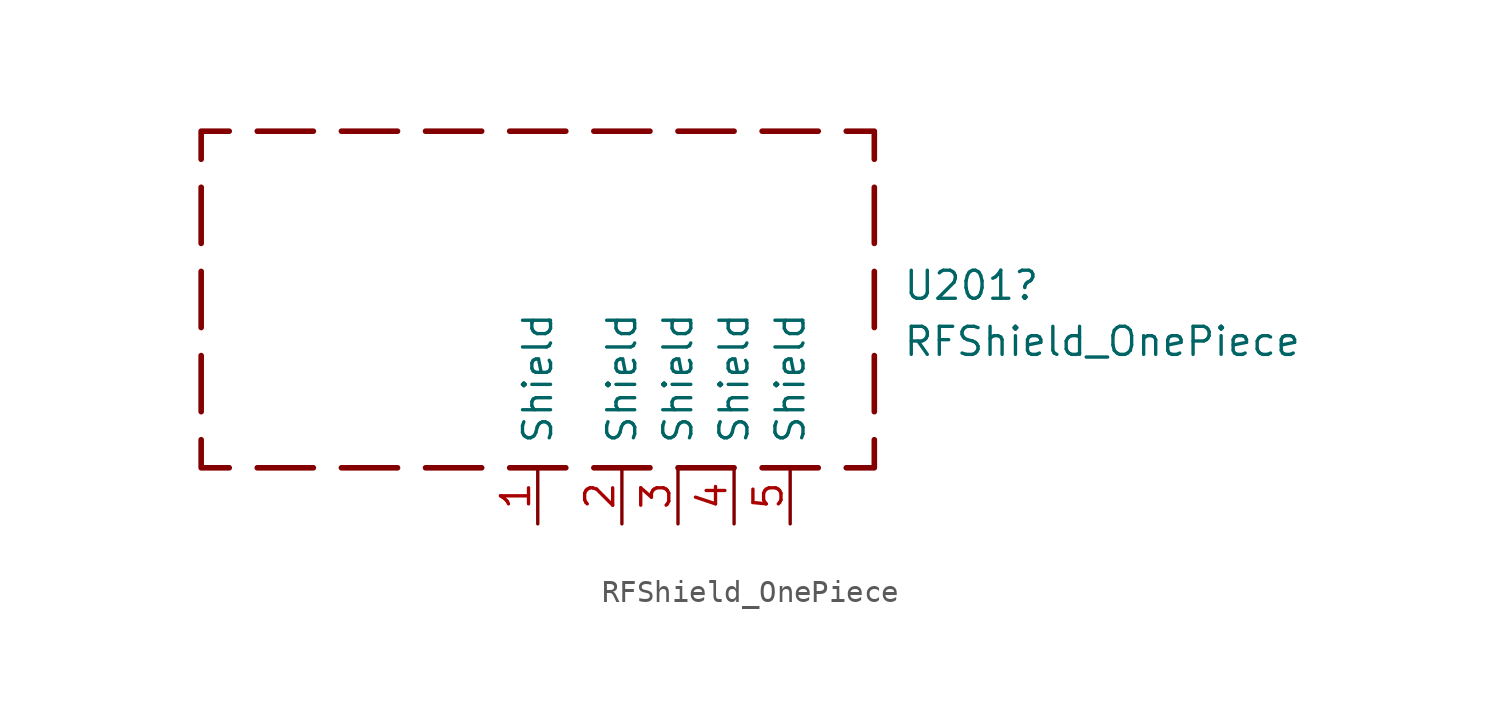
<source format=kicad_sym>
(kicad_symbol_lib
  (version 20220914)
  (generator kicad_symbol_editor)
  (symbol "RFShield_OnePiece"
    (pin_names
      (offset 1.016))
    (property "Reference" "U201"
      (at 16.51 0.635 0)
      (effects (font (size 1.27 1.27)) (justify left)))
    (property "Value" "RFShield_OnePiece"
      (at 16.51 -1.905 0)
      (effects (font (size 1.27 1.27)) (justify left)))
    (symbol "RFShield_OnePiece_0_1"
      (polyline (pts (xy -15.24 -5.08) (xy -15.24 -2.54)) (stroke (width 0.254) (type default)) (fill (type none)))
      (polyline (pts (xy -15.24 -1.27) (xy -15.24 1.27)) (stroke (width 0.254) (type default)) (fill (type none)))
      (polyline (pts (xy -15.24 2.54) (xy -15.24 5.08)) (stroke (width 0.254) (type default)) (fill (type none)))
      (polyline (pts (xy -12.7 7.62) (xy -10.16 7.62)) (stroke (width 0.254) (type default)) (fill (type none)))
      (polyline (pts (xy -10.16 -7.62) (xy -12.7 -7.62)) (stroke (width 0.254) (type default)) (fill (type none)))
      (polyline (pts (xy -6.35 -7.62) (xy -8.89 -7.62)) (stroke (width 0.254) (type default)) (fill (type none)))
      (polyline (pts (xy -6.35 7.62) (xy -8.89 7.62)) (stroke (width 0.254) (type default)) (fill (type none)))
      (polyline (pts (xy -2.54 -7.62) (xy -5.08 -7.62)) (stroke (width 0.254) (type default)) (fill (type none)))
      (polyline (pts (xy -2.54 7.62) (xy -5.08 7.62)) (stroke (width 0.254) (type default)) (fill (type none)))
      (polyline (pts (xy -1.27 -7.62) (xy 1.27 -7.62)) (stroke (width 0.254) (type default)) (fill (type none)))
      (polyline (pts (xy 1.27 7.62) (xy -1.27 7.62)) (stroke (width 0.254) (type default)) (fill (type none)))
      (polyline (pts (xy 2.54 -7.62) (xy 5.08 -7.62)) (stroke (width 0.254) (type default)) (fill (type none)))
      (polyline (pts (xy 5.08 7.62) (xy 2.54 7.62)) (stroke (width 0.254) (type default)) (fill (type none)))
      (polyline (pts (xy 6.35 -7.62) (xy 8.89 -7.62)) (stroke (width 0.254) (type default)) (fill (type none)))
      (polyline (pts (xy 8.89 7.62) (xy 6.35 7.62)) (stroke (width 0.254) (type default)) (fill (type none)))
      (polyline (pts (xy 10.16 -7.62) (xy 12.7 -7.62)) (stroke (width 0.254) (type default)) (fill (type none)))
      (polyline (pts (xy 12.7 7.62) (xy 10.16 7.62)) (stroke (width 0.254) (type default)) (fill (type none)))
      (polyline (pts (xy 15.24 -5.08) (xy 15.24 -2.54)) (stroke (width 0.254) (type default)) (fill (type none)))
      (polyline (pts (xy 15.24 -1.27) (xy 15.24 1.27)) (stroke (width 0.254) (type default)) (fill (type none)))
      (polyline (pts (xy 15.24 2.54) (xy 15.24 5.08)) (stroke (width 0.254) (type default)) (fill (type none)))
      (polyline (pts (xy -15.24 6.35) (xy -15.24 7.62) (xy -13.97 7.62)) (stroke (width 0.254) (type default)) (fill (type none)))
      (polyline (pts (xy -13.97 -7.62) (xy -15.24 -7.62) (xy -15.24 -6.35)) (stroke (width 0.254) (type default)) (fill (type none)))
      (polyline (pts (xy 13.97 -7.62) (xy 15.24 -7.62) (xy 15.24 -6.35)) (stroke (width 0.254) (type default)) (fill (type none)))
      (polyline (pts (xy 15.24 6.35) (xy 15.24 7.62) (xy 13.97 7.62)) (stroke (width 0.254) (type default)) (fill (type none))))
    (symbol "RFShield_OnePiece_1_1"
      (pin passive line (at 0 -10.16 90) (length 2.54) (name "Shield" (effects (font (size 1.27 1.27)))) (number "1" (effects (font (size 1.27 1.27)))))
      (pin passive line (at 3.81 -10.16 90) (length 2.54) (name "Shield" (effects (font (size 1.27 1.27)))) (number "2" (effects (font (size 1.27 1.27)))))
      (pin passive line (at 6.35 -10.16 90) (length 2.54) (name "Shield" (effects (font (size 1.27 1.27)))) (number "3" (effects (font (size 1.27 1.27)))))
      (pin passive line (at 8.89 -10.16 90) (length 2.54) (name "Shield" (effects (font (size 1.27 1.27)))) (number "4" (effects (font (size 1.27 1.27)))))
      (pin passive line (at 11.43 -10.16 90) (length 2.54) (name "Shield" (effects (font (size 1.27 1.27)))) (number "5" (effects (font (size 1.27 1.27))))))))
</source>
